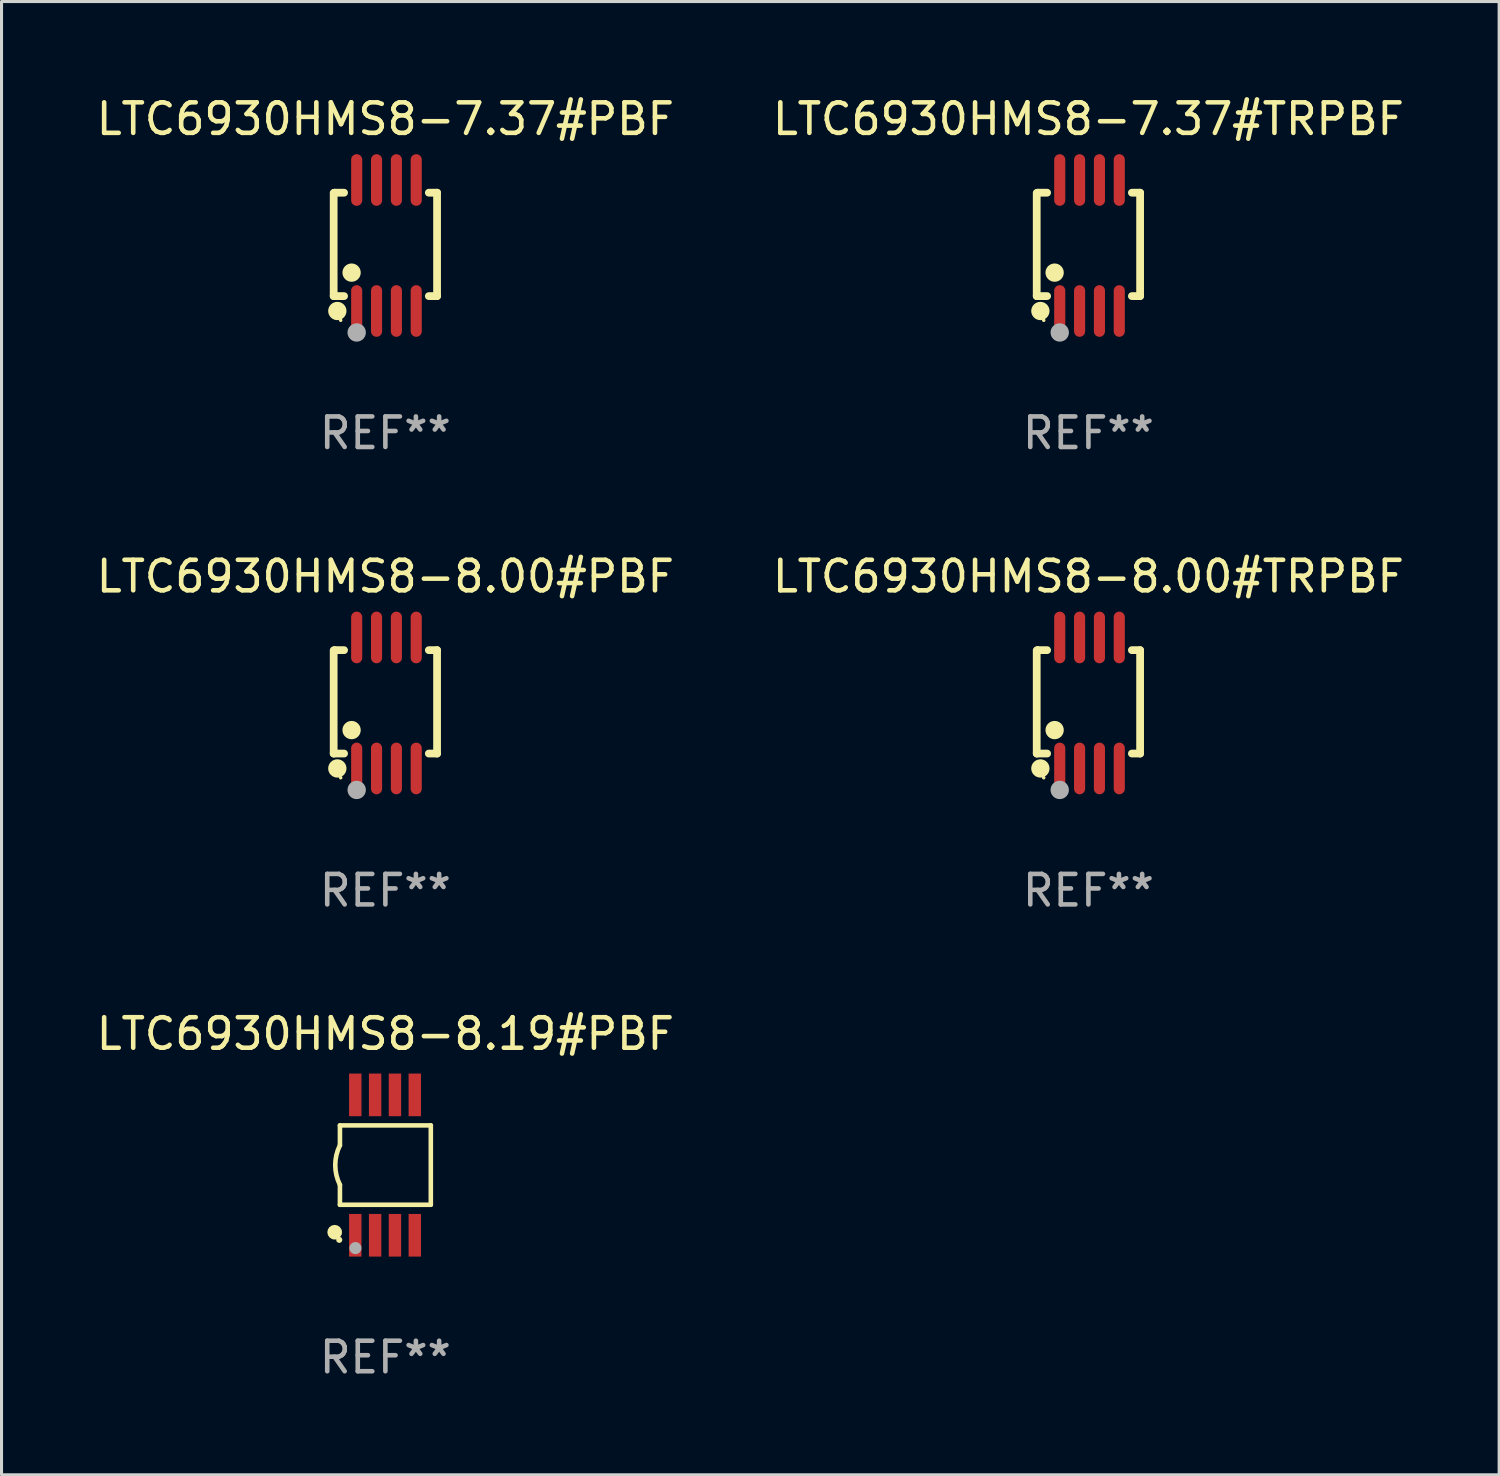
<source format=kicad_pcb>
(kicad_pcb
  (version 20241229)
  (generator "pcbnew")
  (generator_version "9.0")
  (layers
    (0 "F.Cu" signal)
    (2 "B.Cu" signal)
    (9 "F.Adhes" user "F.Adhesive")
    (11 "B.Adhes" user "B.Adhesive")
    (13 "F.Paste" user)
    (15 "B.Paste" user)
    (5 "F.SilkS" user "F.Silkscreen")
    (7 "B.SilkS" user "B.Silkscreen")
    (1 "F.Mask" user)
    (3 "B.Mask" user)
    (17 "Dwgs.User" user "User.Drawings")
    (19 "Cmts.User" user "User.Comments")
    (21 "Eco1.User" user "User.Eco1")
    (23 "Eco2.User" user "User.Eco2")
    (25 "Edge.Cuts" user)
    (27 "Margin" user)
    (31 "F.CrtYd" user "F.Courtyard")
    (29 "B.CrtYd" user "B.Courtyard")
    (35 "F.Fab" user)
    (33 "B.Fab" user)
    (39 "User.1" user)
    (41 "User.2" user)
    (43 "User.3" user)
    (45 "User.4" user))
  (footprint "LTC6930HMS8-7.37#PBF"
    (layer "F.Cu")
    (at 9.577 4.994)
    (property "Reference" "LTC6930HMS8-7.37#PBF" (at 0 -4.146 0) (layer "F.SilkS") (effects (font (size 1 1) (thickness 0.15))))
    (attr through_hole)
    (fp_line (start -1.694 -1.724) (end -1.694 1.652) (stroke (width 0.254) (type solid)) (layer "F.SilkS"))
    (fp_line (start -1.694 1.652) (end -1.688 1.658) (stroke (width 0.254) (type solid)) (layer "F.SilkS"))
    (fp_line (start -1.688 1.658) (end -1.353 1.658) (stroke (width 0.254) (type solid)) (layer "F.SilkS"))
    (fp_line (start -1.661 -1.73) (end -1.681 -1.71) (stroke (width 0.254) (type solid)) (layer "F.SilkS"))
    (fp_line (start -1.353 -1.73) (end -1.661 -1.73) (stroke (width 0.254) (type solid)) (layer "F.SilkS"))
    (fp_line (start 1.424 1.658) (end 1.694 1.658) (stroke (width 0.254) (type solid)) (layer "F.SilkS"))
    (fp_line (start 1.694 -1.73) (end 1.424 -1.73) (stroke (width 0.254) (type solid)) (layer "F.SilkS"))
    (fp_line (start 1.694 1.658) (end 1.694 -1.73) (stroke (width 0.254) (type solid)) (layer "F.SilkS"))
    (fp_circle (center -1.574 2.146) (end -1.424 2.146) (stroke (width 0.3) (type solid)) (fill no) (layer "F.SilkS"))
    (fp_circle (center -1.464 2.45) (end -1.434 2.45) (stroke (width 0.06) (type solid)) (fill no) (layer "F.SilkS"))
    (fp_circle (center -1.107 0.889) (end -0.957 0.889) (stroke (width 0.3) (type solid)) (fill no) (layer "F.SilkS"))
    (fp_circle (center -0.94 2.85) (end -0.789 2.85) (stroke (width 0.3) (type solid)) (fill no) (layer "F.Fab"))
    (fp_text user "REF**" (at 0 6.146 0) (layer "F.Fab") (effects (font (size 1 1) (thickness 0.15))))
    (pad "1" smd oval (at -0.94 2.146) (size 0.364 1.692) (layers "F.Cu" "F.Mask" "F.Paste"))
    (pad "2" smd oval (at -0.289 2.146) (size 0.364 1.692) (layers "F.Cu" "F.Mask" "F.Paste"))
    (pad "3" smd oval (at 0.361 2.146) (size 0.364 1.692) (layers "F.Cu" "F.Mask" "F.Paste"))
    (pad "4" smd oval (at 1.011 2.146) (size 0.364 1.692) (layers "F.Cu" "F.Mask" "F.Paste"))
    (pad "5" smd oval (at 1.011 -2.146) (size 0.364 1.692) (layers "F.Cu" "F.Mask" "F.Paste"))
    (pad "6" smd oval (at 0.361 -2.146) (size 0.364 1.692) (layers "F.Cu" "F.Mask" "F.Paste"))
    (pad "7" smd oval (at -0.289 -2.146) (size 0.364 1.692) (layers "F.Cu" "F.Mask" "F.Paste"))
    (pad "8" smd oval (at -0.94 -2.146) (size 0.364 1.692) (layers "F.Cu" "F.Mask" "F.Paste")))
  (footprint "LTC6930HMS8-7.37#TRPBF"
    (layer "F.Cu")
    (at 32.613 4.994)
    (property "Reference" "LTC6930HMS8-7.37#TRPBF" (at 0 -4.146 0) (layer "F.SilkS") (effects (font (size 1 1) (thickness 0.15))))
    (attr through_hole)
    (fp_line (start -1.694 -1.724) (end -1.694 1.652) (stroke (width 0.254) (type solid)) (layer "F.SilkS"))
    (fp_line (start -1.694 1.652) (end -1.688 1.658) (stroke (width 0.254) (type solid)) (layer "F.SilkS"))
    (fp_line (start -1.688 1.658) (end -1.353 1.658) (stroke (width 0.254) (type solid)) (layer "F.SilkS"))
    (fp_line (start -1.661 -1.73) (end -1.681 -1.71) (stroke (width 0.254) (type solid)) (layer "F.SilkS"))
    (fp_line (start -1.353 -1.73) (end -1.661 -1.73) (stroke (width 0.254) (type solid)) (layer "F.SilkS"))
    (fp_line (start 1.424 1.658) (end 1.694 1.658) (stroke (width 0.254) (type solid)) (layer "F.SilkS"))
    (fp_line (start 1.694 -1.73) (end 1.424 -1.73) (stroke (width 0.254) (type solid)) (layer "F.SilkS"))
    (fp_line (start 1.694 1.658) (end 1.694 -1.73) (stroke (width 0.254) (type solid)) (layer "F.SilkS"))
    (fp_circle (center -1.574 2.146) (end -1.424 2.146) (stroke (width 0.3) (type solid)) (fill no) (layer "F.SilkS"))
    (fp_circle (center -1.464 2.45) (end -1.434 2.45) (stroke (width 0.06) (type solid)) (fill no) (layer "F.SilkS"))
    (fp_circle (center -1.107 0.889) (end -0.957 0.889) (stroke (width 0.3) (type solid)) (fill no) (layer "F.SilkS"))
    (fp_circle (center -0.94 2.85) (end -0.789 2.85) (stroke (width 0.3) (type solid)) (fill no) (layer "F.Fab"))
    (fp_text user "REF**" (at 0 6.146 0) (layer "F.Fab") (effects (font (size 1 1) (thickness 0.15))))
    (pad "1" smd oval (at -0.94 2.146) (size 0.364 1.692) (layers "F.Cu" "F.Mask" "F.Paste"))
    (pad "2" smd oval (at -0.289 2.146) (size 0.364 1.692) (layers "F.Cu" "F.Mask" "F.Paste"))
    (pad "3" smd oval (at 0.361 2.146) (size 0.364 1.692) (layers "F.Cu" "F.Mask" "F.Paste"))
    (pad "4" smd oval (at 1.011 2.146) (size 0.364 1.692) (layers "F.Cu" "F.Mask" "F.Paste"))
    (pad "5" smd oval (at 1.011 -2.146) (size 0.364 1.692) (layers "F.Cu" "F.Mask" "F.Paste"))
    (pad "6" smd oval (at 0.361 -2.146) (size 0.364 1.692) (layers "F.Cu" "F.Mask" "F.Paste"))
    (pad "7" smd oval (at -0.289 -2.146) (size 0.364 1.692) (layers "F.Cu" "F.Mask" "F.Paste"))
    (pad "8" smd oval (at -0.94 -2.146) (size 0.364 1.692) (layers "F.Cu" "F.Mask" "F.Paste")))
  (footprint "LTC6930HMS8-8.00#TRPBF"
    (layer "F.Cu")
    (at 32.613 19.983)
    (property "Reference" "LTC6930HMS8-8.00#TRPBF" (at 0 -4.146 0) (layer "F.SilkS") (effects (font (size 1 1) (thickness 0.15))))
    (attr through_hole)
    (fp_line (start -1.694 -1.724) (end -1.694 1.652) (stroke (width 0.254) (type solid)) (layer "F.SilkS"))
    (fp_line (start -1.694 1.652) (end -1.688 1.658) (stroke (width 0.254) (type solid)) (layer "F.SilkS"))
    (fp_line (start -1.688 1.658) (end -1.353 1.658) (stroke (width 0.254) (type solid)) (layer "F.SilkS"))
    (fp_line (start -1.661 -1.73) (end -1.681 -1.71) (stroke (width 0.254) (type solid)) (layer "F.SilkS"))
    (fp_line (start -1.353 -1.73) (end -1.661 -1.73) (stroke (width 0.254) (type solid)) (layer "F.SilkS"))
    (fp_line (start 1.424 1.658) (end 1.694 1.658) (stroke (width 0.254) (type solid)) (layer "F.SilkS"))
    (fp_line (start 1.694 -1.73) (end 1.424 -1.73) (stroke (width 0.254) (type solid)) (layer "F.SilkS"))
    (fp_line (start 1.694 1.658) (end 1.694 -1.73) (stroke (width 0.254) (type solid)) (layer "F.SilkS"))
    (fp_circle (center -1.574 2.146) (end -1.424 2.146) (stroke (width 0.3) (type solid)) (fill no) (layer "F.SilkS"))
    (fp_circle (center -1.464 2.45) (end -1.434 2.45) (stroke (width 0.06) (type solid)) (fill no) (layer "F.SilkS"))
    (fp_circle (center -1.107 0.889) (end -0.957 0.889) (stroke (width 0.3) (type solid)) (fill no) (layer "F.SilkS"))
    (fp_circle (center -0.94 2.85) (end -0.789 2.85) (stroke (width 0.3) (type solid)) (fill no) (layer "F.Fab"))
    (fp_text user "REF**" (at 0 6.146 0) (layer "F.Fab") (effects (font (size 1 1) (thickness 0.15))))
    (pad "1" smd oval (at -0.94 2.146) (size 0.364 1.692) (layers "F.Cu" "F.Mask" "F.Paste"))
    (pad "2" smd oval (at -0.289 2.146) (size 0.364 1.692) (layers "F.Cu" "F.Mask" "F.Paste"))
    (pad "3" smd oval (at 0.361 2.146) (size 0.364 1.692) (layers "F.Cu" "F.Mask" "F.Paste"))
    (pad "4" smd oval (at 1.011 2.146) (size 0.364 1.692) (layers "F.Cu" "F.Mask" "F.Paste"))
    (pad "5" smd oval (at 1.011 -2.146) (size 0.364 1.692) (layers "F.Cu" "F.Mask" "F.Paste"))
    (pad "6" smd oval (at 0.361 -2.146) (size 0.364 1.692) (layers "F.Cu" "F.Mask" "F.Paste"))
    (pad "7" smd oval (at -0.289 -2.146) (size 0.364 1.692) (layers "F.Cu" "F.Mask" "F.Paste"))
    (pad "8" smd oval (at -0.94 -2.146) (size 0.364 1.692) (layers "F.Cu" "F.Mask" "F.Paste")))
  (footprint "LTC6930HMS8-8.19#PBF"
    (layer "F.Cu")
    (at 9.577 35.125)
    (property "Reference" "LTC6930HMS8-8.19#PBF" (at 0 -4.3 0) (layer "F.SilkS") (effects (font (size 1 1) (thickness 0.15))))
    (attr through_hole)
    (fp_line (start -1.489 -1.3) (end -1.489 -0.648) (stroke (width 0.15) (type solid)) (layer "F.SilkS"))
    (fp_line (start -1.489 0.648) (end -1.489 1.3) (stroke (width 0.15) (type solid)) (layer "F.SilkS"))
    (fp_line (start -1.489 1.3) (end 1.489 1.3) (stroke (width 0.15) (type solid)) (layer "F.SilkS"))
    (fp_line (start 1.489 -1.3) (end -1.489 -1.3) (stroke (width 0.15) (type solid)) (layer "F.SilkS"))
    (fp_line (start 1.489 1.3) (end 1.489 -1.3) (stroke (width 0.15) (type solid)) (layer "F.SilkS"))
    (fp_arc (start -1.489205 0.647702) (mid -1.642107 0) (end -1.489205 -0.647701) (stroke (width 0.150013) (type solid)) (layer "F.SilkS"))
    (fp_circle (center -1.661 2.2) (end -1.541 2.2) (stroke (width 0.24) (type solid)) (fill no) (layer "F.SilkS"))
    (fp_circle (center -1.511 2.45) (end -1.461 2.45) (stroke (width 0.1) (type solid)) (fill no) (layer "F.SilkS"))
    (fp_circle (center -0.981 2.72) (end -0.881 2.72) (stroke (width 0.2) (type solid)) (fill no) (layer "F.Fab"))
    (fp_text user "REF**" (at 0 6.3 0) (layer "F.Fab") (effects (font (size 1 1) (thickness 0.15))))
    (pad "1" smd rect (at -0.986 2.3) (size 0.406 1.397) (layers "F.Cu" "F.Mask" "F.Paste"))
    (pad "2" smd rect (at -0.336 2.3) (size 0.406 1.397) (layers "F.Cu" "F.Mask" "F.Paste"))
    (pad "3" smd rect (at 0.314 2.3) (size 0.406 1.397) (layers "F.Cu" "F.Mask" "F.Paste"))
    (pad "4" smd rect (at 0.964 2.3) (size 0.406 1.397) (layers "F.Cu" "F.Mask" "F.Paste"))
    (pad "5" smd rect (at 0.964 -2.3) (size 0.406 1.397) (layers "F.Cu" "F.Mask" "F.Paste"))
    (pad "6" smd rect (at 0.314 -2.3) (size 0.406 1.397) (layers "F.Cu" "F.Mask" "F.Paste"))
    (pad "7" smd rect (at -0.336 -2.3) (size 0.406 1.397) (layers "F.Cu" "F.Mask" "F.Paste"))
    (pad "8" smd rect (at -0.986 -2.3) (size 0.406 1.397) (layers "F.Cu" "F.Mask" "F.Paste")))
  (footprint "LTC6930HMS8-8.00#PBF"
    (layer "F.Cu")
    (at 9.577 19.983)
    (property "Reference" "LTC6930HMS8-8.00#PBF" (at 0 -4.146 0) (layer "F.SilkS") (effects (font (size 1 1) (thickness 0.15))))
    (attr through_hole)
    (fp_line (start -1.694 -1.724) (end -1.694 1.652) (stroke (width 0.254) (type solid)) (layer "F.SilkS"))
    (fp_line (start -1.694 1.652) (end -1.688 1.658) (stroke (width 0.254) (type solid)) (layer "F.SilkS"))
    (fp_line (start -1.688 1.658) (end -1.353 1.658) (stroke (width 0.254) (type solid)) (layer "F.SilkS"))
    (fp_line (start -1.661 -1.73) (end -1.681 -1.71) (stroke (width 0.254) (type solid)) (layer "F.SilkS"))
    (fp_line (start -1.353 -1.73) (end -1.661 -1.73) (stroke (width 0.254) (type solid)) (layer "F.SilkS"))
    (fp_line (start 1.424 1.658) (end 1.694 1.658) (stroke (width 0.254) (type solid)) (layer "F.SilkS"))
    (fp_line (start 1.694 -1.73) (end 1.424 -1.73) (stroke (width 0.254) (type solid)) (layer "F.SilkS"))
    (fp_line (start 1.694 1.658) (end 1.694 -1.73) (stroke (width 0.254) (type solid)) (layer "F.SilkS"))
    (fp_circle (center -1.574 2.146) (end -1.424 2.146) (stroke (width 0.3) (type solid)) (fill no) (layer "F.SilkS"))
    (fp_circle (center -1.464 2.45) (end -1.434 2.45) (stroke (width 0.06) (type solid)) (fill no) (layer "F.SilkS"))
    (fp_circle (center -1.107 0.889) (end -0.957 0.889) (stroke (width 0.3) (type solid)) (fill no) (layer "F.SilkS"))
    (fp_circle (center -0.94 2.85) (end -0.789 2.85) (stroke (width 0.3) (type solid)) (fill no) (layer "F.Fab"))
    (fp_text user "REF**" (at 0 6.146 0) (layer "F.Fab") (effects (font (size 1 1) (thickness 0.15))))
    (pad "1" smd oval (at -0.94 2.146) (size 0.364 1.692) (layers "F.Cu" "F.Mask" "F.Paste"))
    (pad "2" smd oval (at -0.289 2.146) (size 0.364 1.692) (layers "F.Cu" "F.Mask" "F.Paste"))
    (pad "3" smd oval (at 0.361 2.146) (size 0.364 1.692) (layers "F.Cu" "F.Mask" "F.Paste"))
    (pad "4" smd oval (at 1.011 2.146) (size 0.364 1.692) (layers "F.Cu" "F.Mask" "F.Paste"))
    (pad "5" smd oval (at 1.011 -2.146) (size 0.364 1.692) (layers "F.Cu" "F.Mask" "F.Paste"))
    (pad "6" smd oval (at 0.361 -2.146) (size 0.364 1.692) (layers "F.Cu" "F.Mask" "F.Paste"))
    (pad "7" smd oval (at -0.289 -2.146) (size 0.364 1.692) (layers "F.Cu" "F.Mask" "F.Paste"))
    (pad "8" smd oval (at -0.94 -2.146) (size 0.364 1.692) (layers "F.Cu" "F.Mask" "F.Paste")))
  (gr_rect
    (start -3 -3)
    (end 46.071 45.274)
    (stroke (width 0.1) (type default))
    (fill no)
    (layer "Edge.Cuts")))
</source>
